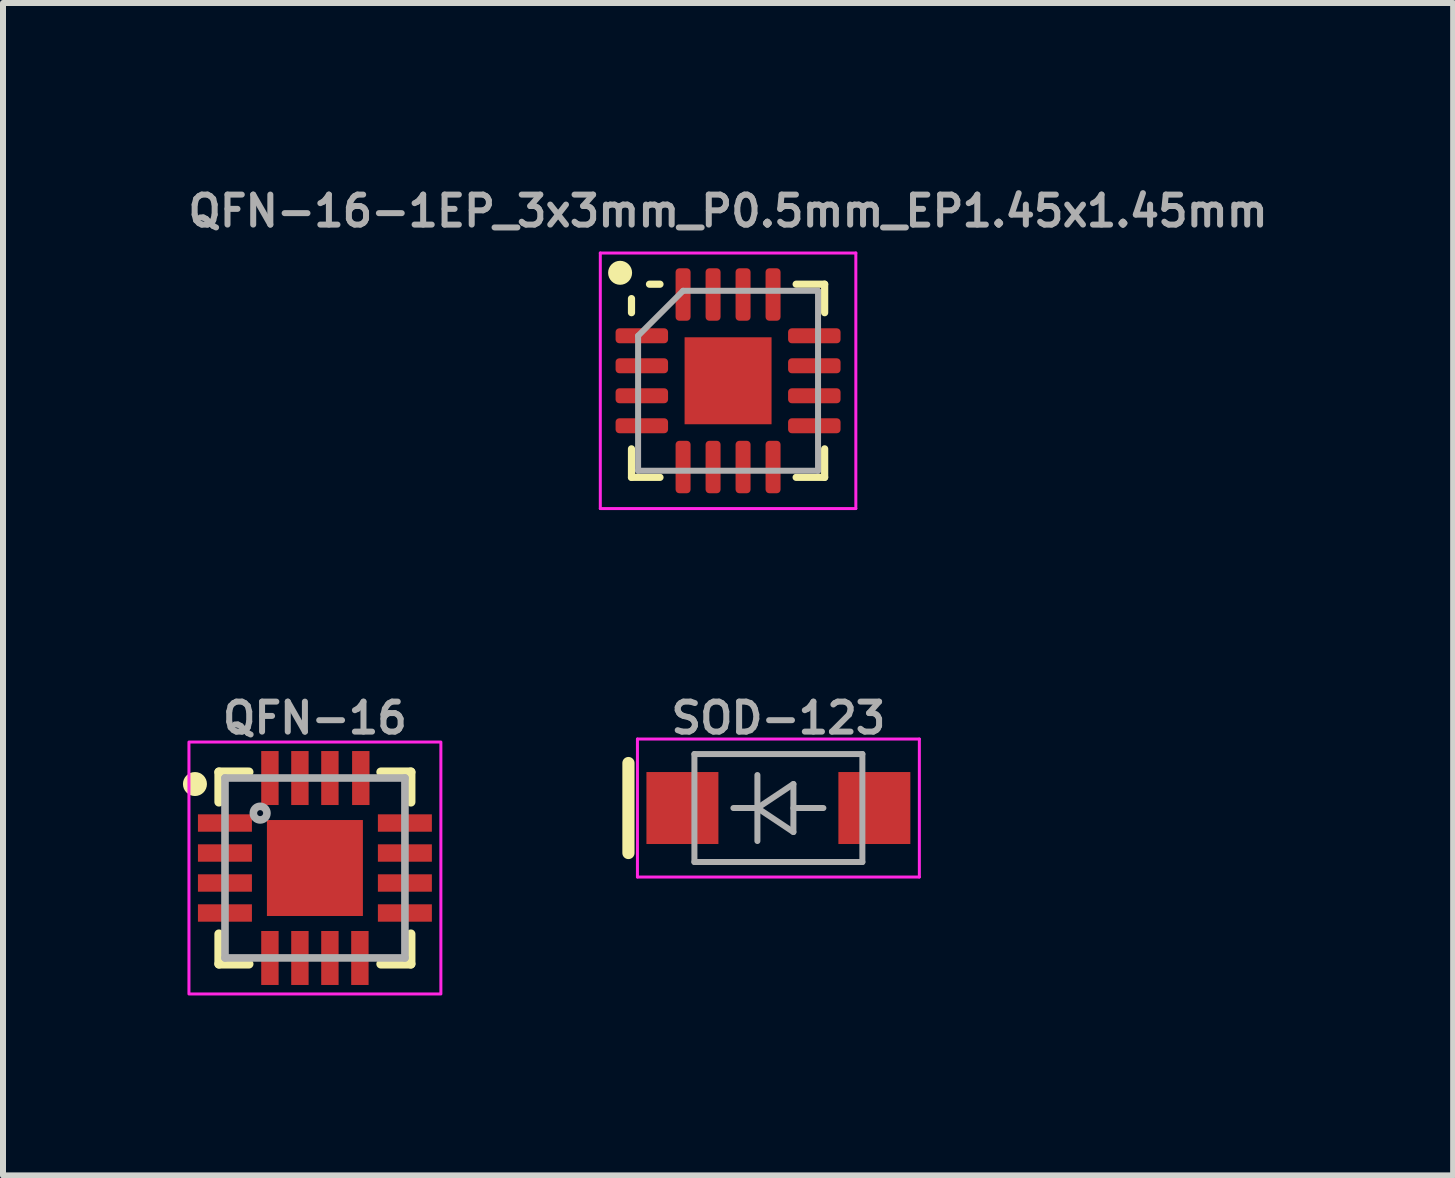
<source format=kicad_pcb>
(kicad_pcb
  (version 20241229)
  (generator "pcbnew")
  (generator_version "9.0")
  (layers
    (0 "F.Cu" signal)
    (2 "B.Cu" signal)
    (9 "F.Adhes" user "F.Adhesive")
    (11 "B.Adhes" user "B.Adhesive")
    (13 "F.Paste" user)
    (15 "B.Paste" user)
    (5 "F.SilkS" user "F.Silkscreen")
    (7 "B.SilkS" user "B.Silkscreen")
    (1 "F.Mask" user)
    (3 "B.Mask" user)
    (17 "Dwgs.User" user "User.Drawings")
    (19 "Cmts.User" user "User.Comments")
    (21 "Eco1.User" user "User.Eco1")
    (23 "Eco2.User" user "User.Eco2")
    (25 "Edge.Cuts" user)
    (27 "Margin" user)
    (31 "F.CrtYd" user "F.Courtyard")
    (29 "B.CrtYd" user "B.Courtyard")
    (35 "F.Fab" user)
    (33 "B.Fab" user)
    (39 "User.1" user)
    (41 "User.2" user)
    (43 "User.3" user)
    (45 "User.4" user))
  (footprint "QFN-16-1EP_3x3mm_P0.5mm_EP1.45x1.45mm"
    (layer "F.Cu")
    (at 9.088 3.298)
    (property "Reference" "QFN-16-1EP_3x3mm_P0.5mm_EP1.45x1.45mm" (at 0 -2.83 0) (layer "F.Fab") (effects (font (size 0.5 0.5) (thickness 0.1))))
    (attr smd)
    (fp_line (start -1.61 -1.135) (end -1.61 -1.37) (stroke (width 0.12) (type solid)) (layer "F.SilkS"))
    (fp_line (start -1.61 1.61) (end -1.61 1.135) (stroke (width 0.12) (type solid)) (layer "F.SilkS"))
    (fp_line (start -1.135 -1.61) (end -1.31 -1.61) (stroke (width 0.12) (type solid)) (layer "F.SilkS"))
    (fp_line (start -1.135 1.61) (end -1.61 1.61) (stroke (width 0.12) (type solid)) (layer "F.SilkS"))
    (fp_line (start 1.135 -1.61) (end 1.61 -1.61) (stroke (width 0.12) (type solid)) (layer "F.SilkS"))
    (fp_line (start 1.135 1.61) (end 1.61 1.61) (stroke (width 0.12) (type solid)) (layer "F.SilkS"))
    (fp_line (start 1.61 -1.61) (end 1.61 -1.135) (stroke (width 0.12) (type solid)) (layer "F.SilkS"))
    (fp_line (start 1.61 1.61) (end 1.61 1.135) (stroke (width 0.12) (type solid)) (layer "F.SilkS"))
    (fp_circle (center -1.8 -1.8) (end -1.9 -1.8) (stroke (width 0.2) (type solid)) (fill yes) (layer "F.SilkS"))
    (fp_line (start -2.13 -2.13) (end -2.13 2.13) (stroke (width 0.05) (type solid)) (layer "F.CrtYd"))
    (fp_line (start -2.13 2.13) (end 2.13 2.13) (stroke (width 0.05) (type solid)) (layer "F.CrtYd"))
    (fp_line (start 2.13 -2.13) (end -2.13 -2.13) (stroke (width 0.05) (type solid)) (layer "F.CrtYd"))
    (fp_line (start 2.13 2.13) (end 2.13 -2.13) (stroke (width 0.05) (type solid)) (layer "F.CrtYd"))
    (fp_line (start -1.5 -0.75) (end -0.75 -1.5) (stroke (width 0.1) (type solid)) (layer "F.Fab"))
    (fp_line (start -1.5 1.5) (end -1.5 -0.75) (stroke (width 0.1) (type solid)) (layer "F.Fab"))
    (fp_line (start -0.75 -1.5) (end 1.5 -1.5) (stroke (width 0.1) (type solid)) (layer "F.Fab"))
    (fp_line (start 1.5 -1.5) (end 1.5 1.5) (stroke (width 0.1) (type solid)) (layer "F.Fab"))
    (fp_line (start 1.5 1.5) (end -1.5 1.5) (stroke (width 0.1) (type solid)) (layer "F.Fab"))
    (pad "" smd roundrect (at -0.36 -0.36) (size 0.58 0.58) (layers "F.Paste") (roundrect_rratio 0.25))
    (pad "" smd roundrect (at -0.36 0.36) (size 0.58 0.58) (layers "F.Paste") (roundrect_rratio 0.25))
    (pad "" smd roundrect (at 0.36 -0.36) (size 0.58 0.58) (layers "F.Paste") (roundrect_rratio 0.25))
    (pad "" smd roundrect (at 0.36 0.36) (size 0.58 0.58) (layers "F.Paste") (roundrect_rratio 0.25))
    (pad "1" smd roundrect (at -1.438 -0.75) (size 0.875 0.25) (layers "F.Cu" "F.Mask" "F.Paste") (roundrect_rratio 0.25))
    (pad "2" smd roundrect (at -1.438 -0.25) (size 0.875 0.25) (layers "F.Cu" "F.Mask" "F.Paste") (roundrect_rratio 0.25))
    (pad "3" smd roundrect (at -1.438 0.25) (size 0.875 0.25) (layers "F.Cu" "F.Mask" "F.Paste") (roundrect_rratio 0.25))
    (pad "4" smd roundrect (at -1.438 0.75) (size 0.875 0.25) (layers "F.Cu" "F.Mask" "F.Paste") (roundrect_rratio 0.25))
    (pad "5" smd roundrect (at -0.75 1.438) (size 0.25 0.875) (layers "F.Cu" "F.Mask" "F.Paste") (roundrect_rratio 0.25))
    (pad "6" smd roundrect (at -0.25 1.438) (size 0.25 0.875) (layers "F.Cu" "F.Mask" "F.Paste") (roundrect_rratio 0.25))
    (pad "7" smd roundrect (at 0.25 1.438) (size 0.25 0.875) (layers "F.Cu" "F.Mask" "F.Paste") (roundrect_rratio 0.25))
    (pad "8" smd roundrect (at 0.75 1.438) (size 0.25 0.875) (layers "F.Cu" "F.Mask" "F.Paste") (roundrect_rratio 0.25))
    (pad "9" smd roundrect (at 1.438 0.75) (size 0.875 0.25) (layers "F.Cu" "F.Mask" "F.Paste") (roundrect_rratio 0.25))
    (pad "10" smd roundrect (at 1.438 0.25) (size 0.875 0.25) (layers "F.Cu" "F.Mask" "F.Paste") (roundrect_rratio 0.25))
    (pad "11" smd roundrect (at 1.438 -0.25) (size 0.875 0.25) (layers "F.Cu" "F.Mask" "F.Paste") (roundrect_rratio 0.25))
    (pad "12" smd roundrect (at 1.438 -0.75) (size 0.875 0.25) (layers "F.Cu" "F.Mask" "F.Paste") (roundrect_rratio 0.25))
    (pad "13" smd roundrect (at 0.75 -1.438) (size 0.25 0.875) (layers "F.Cu" "F.Mask" "F.Paste") (roundrect_rratio 0.25))
    (pad "14" smd roundrect (at 0.25 -1.438) (size 0.25 0.875) (layers "F.Cu" "F.Mask" "F.Paste") (roundrect_rratio 0.25))
    (pad "15" smd roundrect (at -0.25 -1.438) (size 0.25 0.875) (layers "F.Cu" "F.Mask" "F.Paste") (roundrect_rratio 0.25))
    (pad "16" smd roundrect (at -0.75 -1.438) (size 0.25 0.875) (layers "F.Cu" "F.Mask" "F.Paste") (roundrect_rratio 0.25))
    (pad "17" smd rect (at 0 0) (size 1.45 1.45) (property pad_prop_heatsink) (layers "F.Cu" "F.Mask")))
  (footprint "QFN-16"
    (layer "F.Cu")
    (at 2.2 11.421)
    (property "Reference" "QFN-16" (at 0 -2.5 0) (layer "F.Fab") (effects (font (size 0.5 0.5) (thickness 0.1) (bold yes))))
    (attr smd)
    (fp_line (start -1.6 -1.6) (end -1.1 -1.6) (stroke (width 0.152) (type solid)) (layer "F.SilkS"))
    (fp_line (start -1.6 -1.1) (end -1.6 -1.6) (stroke (width 0.152) (type solid)) (layer "F.SilkS"))
    (fp_line (start -1.6 1.6) (end -1.6 1.1) (stroke (width 0.152) (type solid)) (layer "F.SilkS"))
    (fp_line (start -1.1 1.6) (end -1.6 1.6) (stroke (width 0.152) (type solid)) (layer "F.SilkS"))
    (fp_line (start 1.1 -1.6) (end 1.6 -1.6) (stroke (width 0.152) (type solid)) (layer "F.SilkS"))
    (fp_line (start 1.6 -1.6) (end 1.6 -1.1) (stroke (width 0.152) (type solid)) (layer "F.SilkS"))
    (fp_line (start 1.6 1.1) (end 1.6 1.6) (stroke (width 0.152) (type solid)) (layer "F.SilkS"))
    (fp_line (start 1.6 1.6) (end 1.1 1.6) (stroke (width 0.152) (type solid)) (layer "F.SilkS"))
    (fp_circle (center -2 -1.4) (end -2.1 -1.4) (stroke (width 0.2) (type solid)) (fill yes) (layer "F.SilkS"))
    (fp_poly (pts (xy -1.075 -0.625) (xy -1.075 -0.865) (xy -1.925 -0.865) (xy -1.925 -0.625)) (stroke (width 0) (type default)) (fill yes) (layer "F.Paste"))
    (fp_poly (pts (xy -1.075 -0.125) (xy -1.075 -0.365) (xy -1.925 -0.365) (xy -1.925 -0.125)) (stroke (width 0) (type default)) (fill yes) (layer "F.Paste"))
    (fp_poly (pts (xy -1.075 0.375) (xy -1.075 0.135) (xy -1.925 0.135) (xy -1.925 0.375)) (stroke (width 0) (type default)) (fill yes) (layer "F.Paste"))
    (fp_poly (pts (xy -1.075 0.875) (xy -1.075 0.635) (xy -1.925 0.635) (xy -1.925 0.875)) (stroke (width 0) (type default)) (fill yes) (layer "F.Paste"))
    (fp_poly (pts (xy -0.625 -1.925) (xy -0.865 -1.925) (xy -0.865 -1.075) (xy -0.625 -1.075)) (stroke (width 0) (type default)) (fill yes) (layer "F.Paste"))
    (fp_poly (pts (xy -0.625 1.075) (xy -0.865 1.075) (xy -0.865 1.925) (xy -0.625 1.925)) (stroke (width 0) (type default)) (fill yes) (layer "F.Paste"))
    (fp_poly (pts (xy -0.3 -0.3) (xy -0.3 -0.5) (xy -0.5 -0.5) (xy -0.5 -0.3)) (stroke (width 0) (type default)) (fill yes) (layer "F.Paste"))
    (fp_poly (pts (xy -0.3 0.5) (xy -0.3 0.3) (xy -0.5 0.3) (xy -0.5 0.5)) (stroke (width 0) (type default)) (fill yes) (layer "F.Paste"))
    (fp_poly (pts (xy -0.125 -1.925) (xy -0.365 -1.925) (xy -0.365 -1.075) (xy -0.125 -1.075)) (stroke (width 0) (type default)) (fill yes) (layer "F.Paste"))
    (fp_poly (pts (xy -0.125 1.075) (xy -0.365 1.075) (xy -0.365 1.925) (xy -0.125 1.925)) (stroke (width 0) (type default)) (fill yes) (layer "F.Paste"))
    (fp_poly (pts (xy 0.375 -1.925) (xy 0.135 -1.925) (xy 0.135 -1.075) (xy 0.375 -1.075)) (stroke (width 0) (type default)) (fill yes) (layer "F.Paste"))
    (fp_poly (pts (xy 0.375 1.075) (xy 0.135 1.075) (xy 0.135 1.925) (xy 0.375 1.925)) (stroke (width 0) (type default)) (fill yes) (layer "F.Paste"))
    (fp_poly (pts (xy 0.5 -0.3) (xy 0.5 -0.5) (xy 0.3 -0.5) (xy 0.3 -0.3)) (stroke (width 0) (type default)) (fill yes) (layer "F.Paste"))
    (fp_poly (pts (xy 0.5 0.5) (xy 0.5 0.3) (xy 0.3 0.3) (xy 0.3 0.5)) (stroke (width 0) (type default)) (fill yes) (layer "F.Paste"))
    (fp_poly (pts (xy 0.875 -1.925) (xy 0.635 -1.925) (xy 0.635 -1.075) (xy 0.875 -1.075)) (stroke (width 0) (type default)) (fill yes) (layer "F.Paste"))
    (fp_poly (pts (xy 0.875 1.075) (xy 0.635 1.075) (xy 0.635 1.925) (xy 0.875 1.925)) (stroke (width 0) (type default)) (fill yes) (layer "F.Paste"))
    (fp_poly (pts (xy 1.075 -0.875) (xy 1.075 -0.635) (xy 1.925 -0.635) (xy 1.925 -0.875)) (stroke (width 0) (type default)) (fill yes) (layer "F.Paste"))
    (fp_poly (pts (xy 1.075 -0.375) (xy 1.075 -0.135) (xy 1.925 -0.135) (xy 1.925 -0.375)) (stroke (width 0) (type default)) (fill yes) (layer "F.Paste"))
    (fp_poly (pts (xy 1.075 0.125) (xy 1.075 0.365) (xy 1.925 0.365) (xy 1.925 0.125)) (stroke (width 0) (type default)) (fill yes) (layer "F.Paste"))
    (fp_poly (pts (xy 1.075 0.625) (xy 1.075 0.865) (xy 1.925 0.865) (xy 1.925 0.625)) (stroke (width 0) (type default)) (fill yes) (layer "F.Paste"))
    (fp_rect (start -2.1 -2.1) (end 2.1 2.1) (stroke (width 0.05) (type default)) (fill no) (layer "F.CrtYd"))
    (fp_line (start -1.499 1.499) (end -1.499 -1.501) (stroke (width 0.127) (type solid)) (layer "F.Fab"))
    (fp_line (start -1.499 1.499) (end 1.501 1.499) (stroke (width 0.127) (type solid)) (layer "F.Fab"))
    (fp_line (start 1.501 -1.501) (end -1.499 -1.501) (stroke (width 0.127) (type solid)) (layer "F.Fab"))
    (fp_line (start 1.501 -1.501) (end 1.501 1.499) (stroke (width 0.127) (type solid)) (layer "F.Fab"))
    (fp_circle (center -0.913 -0.915) (end -0.863 -0.915) (stroke (width 0.127) (type solid)) (fill no) (layer "F.Fab"))
    (pad "1" smd rect (at -1.5 -0.75 180) (size 0.9 0.29) (layers "F.Cu" "F.Mask"))
    (pad "2" smd rect (at -1.5 -0.25 180) (size 0.9 0.29) (layers "F.Cu" "F.Mask"))
    (pad "3" smd rect (at -1.5 0.25 180) (size 0.9 0.29) (layers "F.Cu" "F.Mask"))
    (pad "4" smd rect (at -1.5 0.75 180) (size 0.9 0.29) (layers "F.Cu" "F.Mask"))
    (pad "5" smd rect (at -0.75 1.5 90) (size 0.9 0.29) (layers "F.Cu" "F.Mask"))
    (pad "6" smd rect (at -0.25 1.5 90) (size 0.9 0.29) (layers "F.Cu" "F.Mask"))
    (pad "7" smd rect (at 0.25 1.5 90) (size 0.9 0.29) (layers "F.Cu" "F.Mask"))
    (pad "8" smd rect (at 0.75 1.5 90) (size 0.9 0.29) (layers "F.Cu" "F.Mask"))
    (pad "9" smd rect (at 1.5 0.75) (size 0.9 0.29) (layers "F.Cu" "F.Mask"))
    (pad "10" smd rect (at 1.5 0.25) (size 0.9 0.29) (layers "F.Cu" "F.Mask"))
    (pad "11" smd rect (at 1.5 -0.25) (size 0.9 0.29) (layers "F.Cu" "F.Mask"))
    (pad "12" smd rect (at 1.5 -0.75) (size 0.9 0.29) (layers "F.Cu" "F.Mask"))
    (pad "13" smd rect (at 0.765 -1.5 270) (size 0.9 0.29) (layers "F.Cu" "F.Mask"))
    (pad "14" smd rect (at 0.25 -1.5 270) (size 0.9 0.29) (layers "F.Cu" "F.Mask"))
    (pad "15" smd rect (at -0.25 -1.5 270) (size 0.9 0.29) (layers "F.Cu" "F.Mask"))
    (pad "16" smd rect (at -0.75 -1.5 270) (size 0.9 0.29) (layers "F.Cu" "F.Mask"))
    (pad "EP" smd rect (at 0 0 90) (size 1.6 1.6) (layers "F.Cu" "F.Mask")))
  (footprint "SOD-123"
    (layer "F.Cu")
    (at 9.927 10.421)
    (property "Reference" "SOD-123" (at 0 -1.5 0) (layer "F.Fab") (effects (font (size 0.5 0.5) (thickness 0.1))))
    (attr smd)
    (fp_line (start -2.5 -0.75) (end -2.5 0.75) (stroke (width 0.203) (type solid)) (layer "F.SilkS"))
    (fp_line (start -2.35 -1.15) (end -2.35 1.15) (stroke (width 0.05) (type solid)) (layer "F.CrtYd"))
    (fp_line (start -2.35 -1.15) (end 2.35 -1.15) (stroke (width 0.05) (type solid)) (layer "F.CrtYd"))
    (fp_line (start 2.35 -1.15) (end 2.35 1.15) (stroke (width 0.05) (type solid)) (layer "F.CrtYd"))
    (fp_line (start 2.35 1.15) (end -2.35 1.15) (stroke (width 0.05) (type solid)) (layer "F.CrtYd"))
    (fp_line (start -1.4 -0.9) (end 1.4 -0.9) (stroke (width 0.1) (type solid)) (layer "F.Fab"))
    (fp_line (start -1.4 0.9) (end -1.4 -0.9) (stroke (width 0.1) (type solid)) (layer "F.Fab"))
    (fp_line (start -0.75 0) (end -0.35 0) (stroke (width 0.1) (type solid)) (layer "F.Fab"))
    (fp_line (start -0.35 0) (end -0.35 -0.55) (stroke (width 0.1) (type solid)) (layer "F.Fab"))
    (fp_line (start -0.35 0) (end -0.35 0.55) (stroke (width 0.1) (type solid)) (layer "F.Fab"))
    (fp_line (start -0.35 0) (end 0.25 -0.4) (stroke (width 0.1) (type solid)) (layer "F.Fab"))
    (fp_line (start 0.25 -0.4) (end 0.25 0.4) (stroke (width 0.1) (type solid)) (layer "F.Fab"))
    (fp_line (start 0.25 0) (end 0.75 0) (stroke (width 0.1) (type solid)) (layer "F.Fab"))
    (fp_line (start 0.25 0.4) (end -0.35 0) (stroke (width 0.1) (type solid)) (layer "F.Fab"))
    (fp_line (start 1.4 -0.9) (end 1.4 0.9) (stroke (width 0.1) (type solid)) (layer "F.Fab"))
    (fp_line (start 1.4 0.9) (end -1.4 0.9) (stroke (width 0.1) (type solid)) (layer "F.Fab"))
    (pad "1" smd rect (at -1.6 0) (size 1.2 1.2) (layers "F.Cu" "F.Mask" "F.Paste"))
    (pad "2" smd rect (at 1.6 0) (size 1.2 1.2) (layers "F.Cu" "F.Mask" "F.Paste")))
  (gr_rect
    (start -3 -3)
    (end 21.176 16.546)
    (stroke (width 0.1) (type default))
    (fill no)
    (layer "Edge.Cuts")))
</source>
